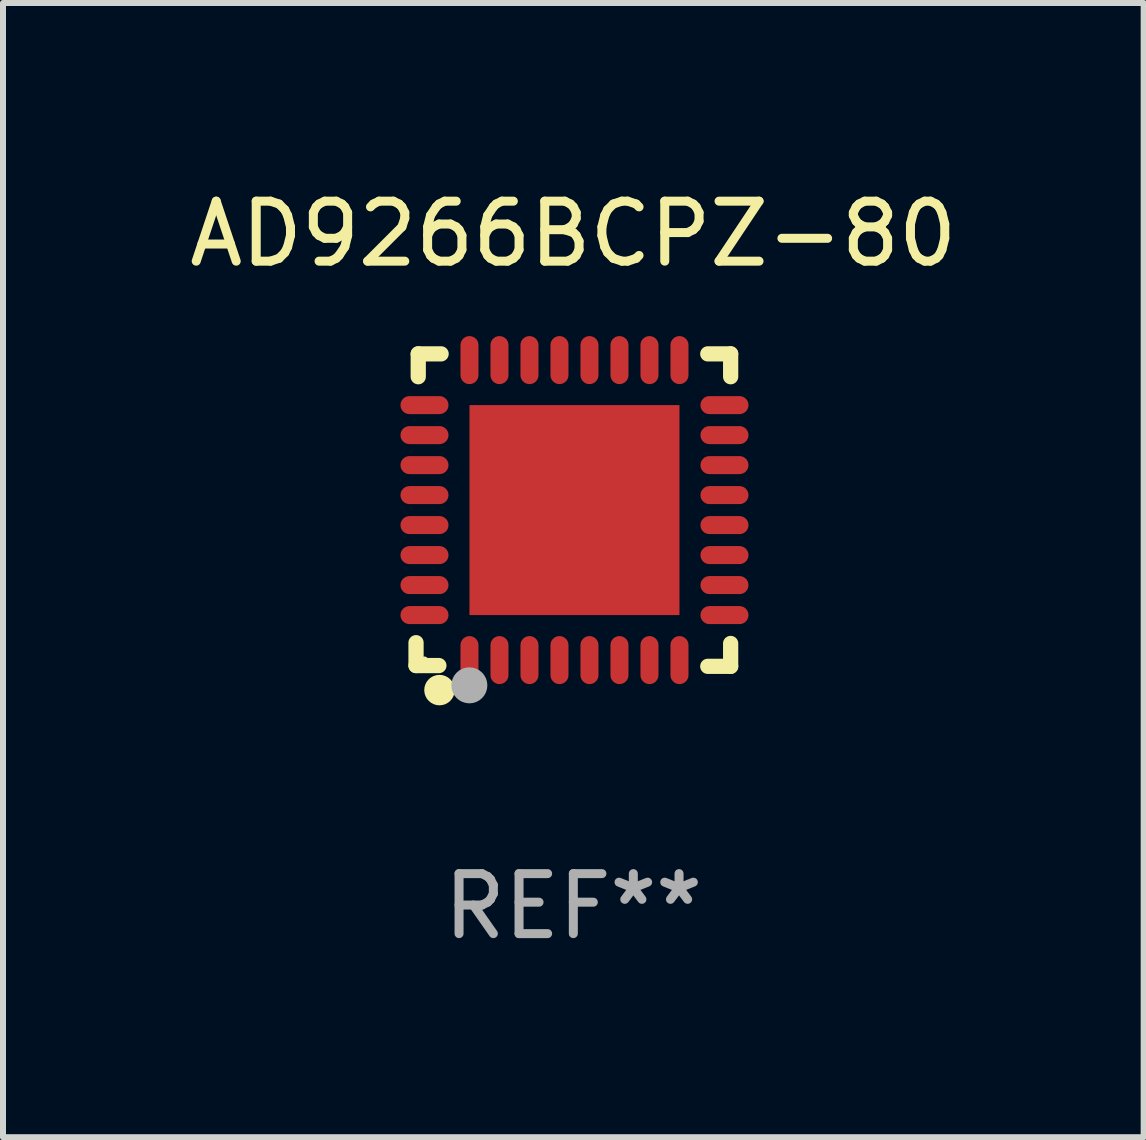
<source format=kicad_pcb>
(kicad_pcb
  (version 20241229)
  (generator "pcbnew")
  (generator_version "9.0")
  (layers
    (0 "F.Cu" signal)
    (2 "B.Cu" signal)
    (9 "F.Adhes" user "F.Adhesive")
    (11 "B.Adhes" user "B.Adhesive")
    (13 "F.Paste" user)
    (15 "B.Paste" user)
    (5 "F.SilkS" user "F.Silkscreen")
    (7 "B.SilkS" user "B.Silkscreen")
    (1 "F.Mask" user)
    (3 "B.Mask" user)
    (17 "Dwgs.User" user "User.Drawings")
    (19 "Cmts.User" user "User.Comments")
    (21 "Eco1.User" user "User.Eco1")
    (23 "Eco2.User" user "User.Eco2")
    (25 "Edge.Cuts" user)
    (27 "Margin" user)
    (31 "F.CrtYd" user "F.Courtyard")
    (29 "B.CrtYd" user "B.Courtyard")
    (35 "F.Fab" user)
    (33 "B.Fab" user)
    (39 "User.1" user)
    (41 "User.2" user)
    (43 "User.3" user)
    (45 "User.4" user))
  (footprint "AD9266BCPZ-80"
    (layer "F.Cu")
    (at 6.506 5.452)
    (property "Reference" "AD9266BCPZ-80" (at 0 -4.604 0) (layer "F.SilkS") (effects (font (size 1 1) (thickness 0.15))))
    (attr through_hole)
    (fp_line (start -2.622 2.21) (end -2.622 2.591) (stroke (width 0.254) (type solid)) (layer "F.SilkS"))
    (fp_line (start -2.622 2.591) (end -2.241 2.591) (stroke (width 0.254) (type solid)) (layer "F.SilkS"))
    (fp_line (start -2.585 -2.604) (end -2.585 -2.223) (stroke (width 0.254) (type solid)) (layer "F.SilkS"))
    (fp_line (start -2.204 -2.604) (end -2.585 -2.604) (stroke (width 0.254) (type solid)) (layer "F.SilkS"))
    (fp_line (start 2.241 2.604) (end 2.622 2.604) (stroke (width 0.254) (type solid)) (layer "F.SilkS"))
    (fp_line (start 2.622 -2.604) (end 2.241 -2.604) (stroke (width 0.254) (type solid)) (layer "F.SilkS"))
    (fp_line (start 2.622 -2.223) (end 2.622 -2.604) (stroke (width 0.254) (type solid)) (layer "F.SilkS"))
    (fp_line (start 2.622 2.604) (end 2.622 2.223) (stroke (width 0.254) (type solid)) (layer "F.SilkS"))
    (fp_circle (center -2.481 2.5) (end -2.451 2.5) (stroke (width 0.06) (type solid)) (fill no) (layer "F.SilkS"))
    (fp_circle (center -2.231 3) (end -2.104 3) (stroke (width 0.254) (type solid)) (fill no) (layer "F.SilkS"))
    (fp_circle (center -1.733 2.921) (end -1.583 2.921) (stroke (width 0.3) (type solid)) (fill no) (layer "F.Fab"))
    (fp_text user "REF**" (at 0 6.604 0) (layer "F.Fab") (effects (font (size 1 1) (thickness 0.15))))
    (pad "1" smd oval (at -1.731 2.5 90) (size 0.8 0.3) (layers "F.Cu" "F.Mask" "F.Paste"))
    (pad "2" smd oval (at -1.231 2.5 90) (size 0.8 0.3) (layers "F.Cu" "F.Mask" "F.Paste"))
    (pad "3" smd oval (at -0.731 2.5 90) (size 0.8 0.3) (layers "F.Cu" "F.Mask" "F.Paste"))
    (pad "4" smd oval (at -0.231 2.5 90) (size 0.8 0.3) (layers "F.Cu" "F.Mask" "F.Paste"))
    (pad "5" smd oval (at 0.269 2.5 90) (size 0.8 0.3) (layers "F.Cu" "F.Mask" "F.Paste"))
    (pad "6" smd oval (at 0.769 2.5 90) (size 0.8 0.3) (layers "F.Cu" "F.Mask" "F.Paste"))
    (pad "7" smd oval (at 1.269 2.5 90) (size 0.8 0.3) (layers "F.Cu" "F.Mask" "F.Paste"))
    (pad "8" smd oval (at 1.769 2.5 90) (size 0.8 0.3) (layers "F.Cu" "F.Mask" "F.Paste"))
    (pad "9" smd oval (at 2.519 1.75 180) (size 0.8 0.3) (layers "F.Cu" "F.Mask" "F.Paste"))
    (pad "10" smd oval (at 2.519 1.25 180) (size 0.8 0.3) (layers "F.Cu" "F.Mask" "F.Paste"))
    (pad "11" smd oval (at 2.519 0.75 180) (size 0.8 0.3) (layers "F.Cu" "F.Mask" "F.Paste"))
    (pad "12" smd oval (at 2.519 0.25 180) (size 0.8 0.3) (layers "F.Cu" "F.Mask" "F.Paste"))
    (pad "13" smd oval (at 2.519 -0.25 180) (size 0.8 0.3) (layers "F.Cu" "F.Mask" "F.Paste"))
    (pad "14" smd oval (at 2.519 -0.75 180) (size 0.8 0.3) (layers "F.Cu" "F.Mask" "F.Paste"))
    (pad "15" smd oval (at 2.519 -1.25 180) (size 0.8 0.3) (layers "F.Cu" "F.Mask" "F.Paste"))
    (pad "16" smd oval (at 2.519 -1.75 180) (size 0.8 0.3) (layers "F.Cu" "F.Mask" "F.Paste"))
    (pad "17" smd oval (at 1.769 -2.5 270) (size 0.8 0.3) (layers "F.Cu" "F.Mask" "F.Paste"))
    (pad "18" smd oval (at 1.269 -2.5 270) (size 0.8 0.3) (layers "F.Cu" "F.Mask" "F.Paste"))
    (pad "19" smd oval (at 0.769 -2.5 270) (size 0.8 0.3) (layers "F.Cu" "F.Mask" "F.Paste"))
    (pad "20" smd oval (at 0.269 -2.5 270) (size 0.8 0.3) (layers "F.Cu" "F.Mask" "F.Paste"))
    (pad "21" smd oval (at -0.231 -2.5 270) (size 0.8 0.3) (layers "F.Cu" "F.Mask" "F.Paste"))
    (pad "22" smd oval (at -0.731 -2.5 270) (size 0.8 0.3) (layers "F.Cu" "F.Mask" "F.Paste"))
    (pad "23" smd oval (at -1.231 -2.5 270) (size 0.8 0.3) (layers "F.Cu" "F.Mask" "F.Paste"))
    (pad "24" smd oval (at -1.731 -2.5 270) (size 0.8 0.3) (layers "F.Cu" "F.Mask" "F.Paste"))
    (pad "25" smd oval (at -2.481 -1.75) (size 0.8 0.3) (layers "F.Cu" "F.Mask" "F.Paste"))
    (pad "26" smd oval (at -2.481 -1.25) (size 0.8 0.3) (layers "F.Cu" "F.Mask" "F.Paste"))
    (pad "27" smd oval (at -2.481 -0.75) (size 0.8 0.3) (layers "F.Cu" "F.Mask" "F.Paste"))
    (pad "28" smd oval (at -2.481 -0.25) (size 0.8 0.3) (layers "F.Cu" "F.Mask" "F.Paste"))
    (pad "29" smd oval (at -2.481 0.25) (size 0.8 0.3) (layers "F.Cu" "F.Mask" "F.Paste"))
    (pad "30" smd oval (at -2.481 0.75) (size 0.8 0.3) (layers "F.Cu" "F.Mask" "F.Paste"))
    (pad "31" smd oval (at -2.481 1.25) (size 0.8 0.3) (layers "F.Cu" "F.Mask" "F.Paste"))
    (pad "32" smd oval (at -2.481 1.75) (size 0.8 0.3) (layers "F.Cu" "F.Mask" "F.Paste"))
    (pad "33" smd rect (at 0.019 -0.000025 90) (size 3.5 3.5) (layers "F.Cu" "F.Mask" "F.Paste")))
  (gr_rect
    (start -3 -3)
    (end 16.012 15.904)
    (stroke (width 0.1) (type default))
    (fill no)
    (layer "Edge.Cuts")))
</source>
